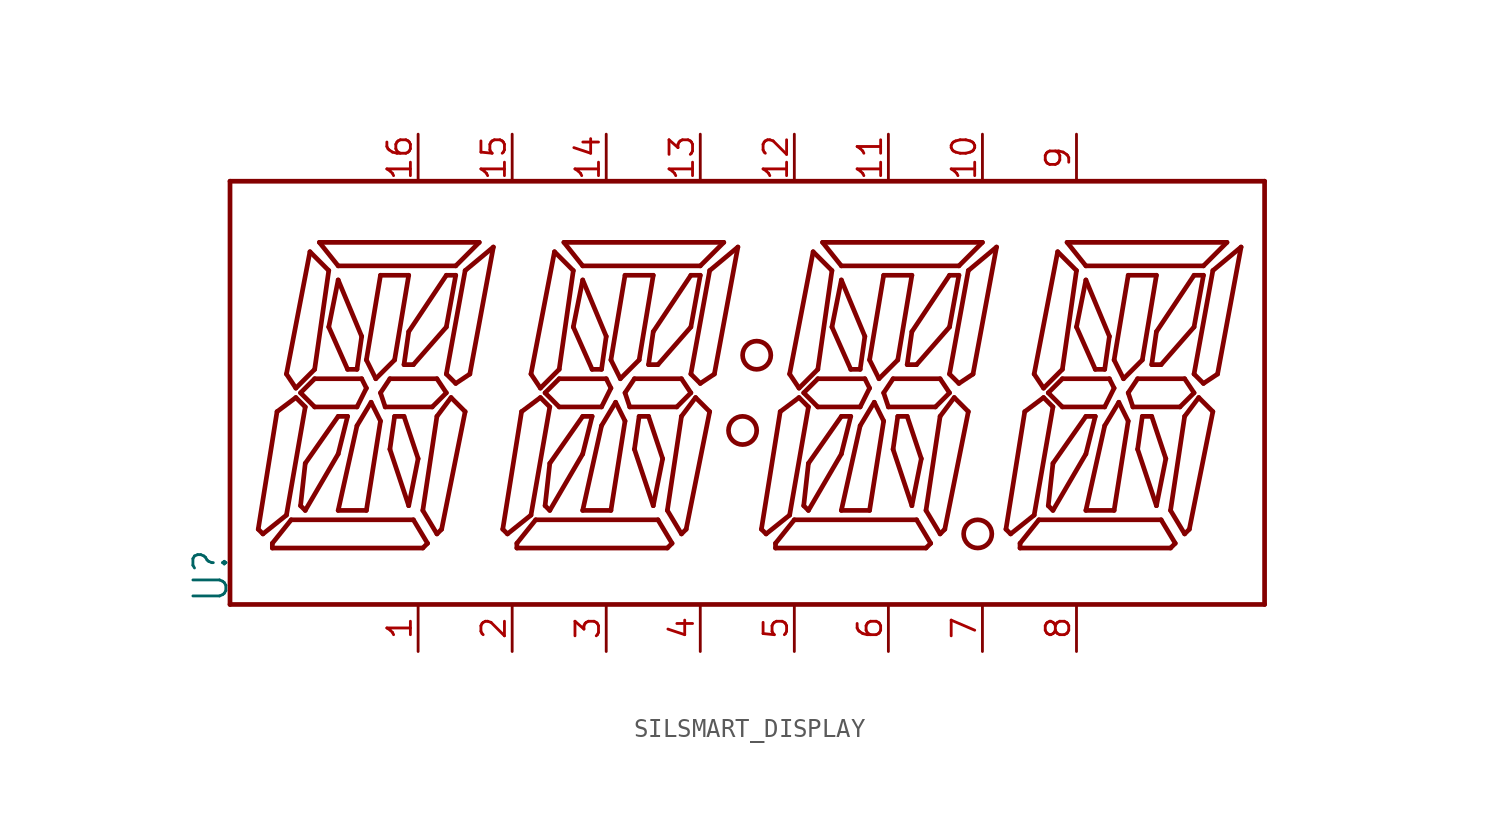
<source format=kicad_sym>
(kicad_symbol_lib
  (version 20220914)
  (generator kicad_symbol_editor)
  (symbol "SILSMART_DISPLAY"
    (property "Reference" "U"
      (at -27.94 -12.7 90)
      (effects (font (size 1.778 1.511)) (justify left bottom)))
    (property "Value" ""
      (at 30.48 -12.7 90)
      (effects (font (size 1.778 1.511)) (justify left bottom)))
    (symbol "SILSMART_DISPLAY_1_0"
      (circle (center -0.254 -3.302) (radius 0.762) (stroke (width 0.254) (type solid)) (fill (type none)))
      (polyline (pts (xy -27.94 -12.7) (xy -27.94 10.16)) (stroke (width 0.254) (type solid)) (fill (type none)))
      (polyline (pts (xy -27.94 10.16) (xy 27.94 10.16)) (stroke (width 0.254) (type solid)) (fill (type none)))
      (polyline (pts (xy -26.416 -8.636) (xy -26.162 -8.89)) (stroke (width 0.254) (type solid)) (fill (type none)))
      (polyline (pts (xy -26.162 -8.89) (xy -24.892 -7.874)) (stroke (width 0.254) (type solid)) (fill (type none)))
      (polyline (pts (xy -25.654 -9.652) (xy -25.654 -9.398)) (stroke (width 0.254) (type solid)) (fill (type none)))
      (polyline (pts (xy -25.654 -9.398) (xy -24.638 -8.128)) (stroke (width 0.254) (type solid)) (fill (type none)))
      (polyline (pts (xy -25.4 -2.286) (xy -26.416 -8.636)) (stroke (width 0.254) (type solid)) (fill (type none)))
      (polyline (pts (xy -24.892 -7.874) (xy -23.876 -2.032)) (stroke (width 0.254) (type solid)) (fill (type none)))
      (polyline (pts (xy -24.892 -0.254) (xy -23.622 6.35)) (stroke (width 0.254) (type solid)) (fill (type none)))
      (polyline (pts (xy -24.638 -8.128) (xy -18.034 -8.128)) (stroke (width 0.254) (type solid)) (fill (type none)))
      (polyline (pts (xy -24.384 -1.524) (xy -25.4 -2.286)) (stroke (width 0.254) (type solid)) (fill (type none)))
      (polyline (pts (xy -24.384 -1.016) (xy -24.892 -0.254)) (stroke (width 0.254) (type solid)) (fill (type none)))
      (polyline (pts (xy -24.13 -7.366) (xy -23.876 -7.62)) (stroke (width 0.254) (type solid)) (fill (type none)))
      (polyline (pts (xy -24.13 -1.27) (xy -23.368 -0.508)) (stroke (width 0.254) (type solid)) (fill (type none)))
      (polyline (pts (xy -23.876 -7.62) (xy -22.098 -4.572)) (stroke (width 0.254) (type solid)) (fill (type none)))
      (polyline (pts (xy -23.876 -5.08) (xy -24.13 -7.366)) (stroke (width 0.254) (type solid)) (fill (type none)))
      (polyline (pts (xy -23.876 -2.032) (xy -24.384 -1.524)) (stroke (width 0.254) (type solid)) (fill (type none)))
      (polyline (pts (xy -23.622 6.35) (xy -22.606 5.334)) (stroke (width 0.254) (type solid)) (fill (type none)))
      (polyline (pts (xy -23.368 -2.032) (xy -24.13 -1.27)) (stroke (width 0.254) (type solid)) (fill (type none)))
      (polyline (pts (xy -23.368 -0.508) (xy -20.828 -0.508)) (stroke (width 0.254) (type solid)) (fill (type none)))
      (polyline (pts (xy -23.368 0) (xy -24.384 -1.016)) (stroke (width 0.254) (type solid)) (fill (type none)))
      (polyline (pts (xy -23.114 6.858) (xy -14.478 6.858)) (stroke (width 0.254) (type solid)) (fill (type none)))
      (polyline (pts (xy -22.606 2.286) (xy -22.098 4.826)) (stroke (width 0.254) (type solid)) (fill (type none)))
      (polyline (pts (xy -22.606 5.334) (xy -23.368 0)) (stroke (width 0.254) (type solid)) (fill (type none)))
      (polyline (pts (xy -22.098 -7.62) (xy -20.574 -7.62)) (stroke (width 0.254) (type solid)) (fill (type none)))
      (polyline (pts (xy -22.098 -4.572) (xy -21.59 -2.54)) (stroke (width 0.254) (type solid)) (fill (type none)))
      (polyline (pts (xy -22.098 -2.54) (xy -23.876 -5.08)) (stroke (width 0.254) (type solid)) (fill (type none)))
      (polyline (pts (xy -22.098 4.826) (xy -20.828 1.778)) (stroke (width 0.254) (type solid)) (fill (type none)))
      (polyline (pts (xy -22.098 5.588) (xy -23.114 6.858)) (stroke (width 0.254) (type solid)) (fill (type none)))
      (polyline (pts (xy -21.59 -2.54) (xy -22.098 -2.54)) (stroke (width 0.254) (type solid)) (fill (type none)))
      (polyline (pts (xy -21.59 0) (xy -22.606 2.286)) (stroke (width 0.254) (type solid)) (fill (type none)))
      (polyline (pts (xy -21.082 -3.048) (xy -22.098 -7.62)) (stroke (width 0.254) (type solid)) (fill (type none)))
      (polyline (pts (xy -21.082 -2.032) (xy -23.368 -2.032)) (stroke (width 0.254) (type solid)) (fill (type none)))
      (polyline (pts (xy -21.082 0) (xy -21.59 0)) (stroke (width 0.254) (type solid)) (fill (type none)))
      (polyline (pts (xy -20.828 -0.508) (xy -20.574 -1.016)) (stroke (width 0.254) (type solid)) (fill (type none)))
      (polyline (pts (xy -20.828 1.778) (xy -21.082 0)) (stroke (width 0.254) (type solid)) (fill (type none)))
      (polyline (pts (xy -20.574 -7.62) (xy -19.812 -2.794)) (stroke (width 0.254) (type solid)) (fill (type none)))
      (polyline (pts (xy -20.574 -1.016) (xy -21.082 -2.032)) (stroke (width 0.254) (type solid)) (fill (type none)))
      (polyline (pts (xy -20.574 0.508) (xy -19.812 5.08)) (stroke (width 0.254) (type solid)) (fill (type none)))
      (polyline (pts (xy -20.32 -1.778) (xy -21.082 -3.048)) (stroke (width 0.254) (type solid)) (fill (type none)))
      (polyline (pts (xy -20.066 -0.508) (xy -20.574 0.508)) (stroke (width 0.254) (type solid)) (fill (type none)))
      (polyline (pts (xy -19.812 -2.794) (xy -20.32 -1.778)) (stroke (width 0.254) (type solid)) (fill (type none)))
      (polyline (pts (xy -19.812 -1.27) (xy -19.304 -0.508)) (stroke (width 0.254) (type solid)) (fill (type none)))
      (polyline (pts (xy -19.812 5.08) (xy -18.288 5.08)) (stroke (width 0.254) (type solid)) (fill (type none)))
      (polyline (pts (xy -19.558 -2.032) (xy -19.812 -1.27)) (stroke (width 0.254) (type solid)) (fill (type none)))
      (polyline (pts (xy -19.304 -4.318) (xy -18.288 -7.366)) (stroke (width 0.254) (type solid)) (fill (type none)))
      (polyline (pts (xy -19.304 -0.508) (xy -16.764 -0.508)) (stroke (width 0.254) (type solid)) (fill (type none)))
      (polyline (pts (xy -19.05 -2.54) (xy -19.304 -4.318)) (stroke (width 0.254) (type solid)) (fill (type none)))
      (polyline (pts (xy -19.05 0.508) (xy -20.066 -0.508)) (stroke (width 0.254) (type solid)) (fill (type none)))
      (polyline (pts (xy -18.542 -2.54) (xy -19.05 -2.54)) (stroke (width 0.254) (type solid)) (fill (type none)))
      (polyline (pts (xy -18.542 0.254) (xy -18.034 0.254)) (stroke (width 0.254) (type solid)) (fill (type none)))
      (polyline (pts (xy -18.288 -7.366) (xy -17.78 -4.826)) (stroke (width 0.254) (type solid)) (fill (type none)))
      (polyline (pts (xy -18.288 2.032) (xy -18.542 0.254)) (stroke (width 0.254) (type solid)) (fill (type none)))
      (polyline (pts (xy -18.288 5.08) (xy -19.05 0.508)) (stroke (width 0.254) (type solid)) (fill (type none)))
      (polyline (pts (xy -18.034 -8.128) (xy -17.272 -9.398)) (stroke (width 0.254) (type solid)) (fill (type none)))
      (polyline (pts (xy -18.034 0.254) (xy -16.256 2.286)) (stroke (width 0.254) (type solid)) (fill (type none)))
      (polyline (pts (xy -17.78 -4.826) (xy -18.542 -2.54)) (stroke (width 0.254) (type solid)) (fill (type none)))
      (polyline (pts (xy -17.526 -9.652) (xy -25.654 -9.652)) (stroke (width 0.254) (type solid)) (fill (type none)))
      (polyline (pts (xy -17.526 -7.62) (xy -16.764 -2.54)) (stroke (width 0.254) (type solid)) (fill (type none)))
      (polyline (pts (xy -17.272 -9.398) (xy -17.526 -9.652)) (stroke (width 0.254) (type solid)) (fill (type none)))
      (polyline (pts (xy -17.018 -2.032) (xy -19.558 -2.032)) (stroke (width 0.254) (type solid)) (fill (type none)))
      (polyline (pts (xy -16.764 -8.89) (xy -17.526 -7.62)) (stroke (width 0.254) (type solid)) (fill (type none)))
      (polyline (pts (xy -16.764 -2.54) (xy -16.002 -1.524)) (stroke (width 0.254) (type solid)) (fill (type none)))
      (polyline (pts (xy -16.764 -0.508) (xy -16.256 -1.27)) (stroke (width 0.254) (type solid)) (fill (type none)))
      (polyline (pts (xy -16.51 -8.636) (xy -16.764 -8.89)) (stroke (width 0.254) (type solid)) (fill (type none)))
      (polyline (pts (xy -16.256 -1.27) (xy -17.018 -2.032)) (stroke (width 0.254) (type solid)) (fill (type none)))
      (polyline (pts (xy -16.256 -0.254) (xy -15.24 5.334)) (stroke (width 0.254) (type solid)) (fill (type none)))
      (polyline (pts (xy -16.256 2.286) (xy -15.748 5.08)) (stroke (width 0.254) (type solid)) (fill (type none)))
      (polyline (pts (xy -16.256 5.08) (xy -18.288 2.032)) (stroke (width 0.254) (type solid)) (fill (type none)))
      (polyline (pts (xy -16.002 -1.524) (xy -15.24 -2.286)) (stroke (width 0.254) (type solid)) (fill (type none)))
      (polyline (pts (xy -15.748 -0.762) (xy -16.256 -0.254)) (stroke (width 0.254) (type solid)) (fill (type none)))
      (polyline (pts (xy -15.748 5.08) (xy -16.256 5.08)) (stroke (width 0.254) (type solid)) (fill (type none)))
      (polyline (pts (xy -15.748 5.588) (xy -22.098 5.588)) (stroke (width 0.254) (type solid)) (fill (type none)))
      (polyline (pts (xy -15.24 -2.286) (xy -16.51 -8.636)) (stroke (width 0.254) (type solid)) (fill (type none)))
      (polyline (pts (xy -15.24 5.334) (xy -13.716 6.604)) (stroke (width 0.254) (type solid)) (fill (type none)))
      (polyline (pts (xy -14.986 -0.254) (xy -15.748 -0.762)) (stroke (width 0.254) (type solid)) (fill (type none)))
      (polyline (pts (xy -14.478 6.858) (xy -15.748 5.588)) (stroke (width 0.254) (type solid)) (fill (type none)))
      (polyline (pts (xy -13.716 6.604) (xy -14.986 -0.254)) (stroke (width 0.254) (type solid)) (fill (type none)))
      (polyline (pts (xy -13.208 -8.636) (xy -12.954 -8.89)) (stroke (width 0.254) (type solid)) (fill (type none)))
      (polyline (pts (xy -12.954 -8.89) (xy -11.684 -7.874)) (stroke (width 0.254) (type solid)) (fill (type none)))
      (polyline (pts (xy -12.446 -9.652) (xy -12.446 -9.398)) (stroke (width 0.254) (type solid)) (fill (type none)))
      (polyline (pts (xy -12.446 -9.398) (xy -11.43 -8.128)) (stroke (width 0.254) (type solid)) (fill (type none)))
      (polyline (pts (xy -12.192 -2.286) (xy -13.208 -8.636)) (stroke (width 0.254) (type solid)) (fill (type none)))
      (polyline (pts (xy -11.684 -7.874) (xy -10.668 -2.032)) (stroke (width 0.254) (type solid)) (fill (type none)))
      (polyline (pts (xy -11.684 -0.254) (xy -10.414 6.35)) (stroke (width 0.254) (type solid)) (fill (type none)))
      (polyline (pts (xy -11.43 -8.128) (xy -4.826 -8.128)) (stroke (width 0.254) (type solid)) (fill (type none)))
      (polyline (pts (xy -11.176 -1.524) (xy -12.192 -2.286)) (stroke (width 0.254) (type solid)) (fill (type none)))
      (polyline (pts (xy -11.176 -1.016) (xy -11.684 -0.254)) (stroke (width 0.254) (type solid)) (fill (type none)))
      (polyline (pts (xy -10.922 -7.366) (xy -10.668 -7.62)) (stroke (width 0.254) (type solid)) (fill (type none)))
      (polyline (pts (xy -10.922 -1.27) (xy -10.16 -0.508)) (stroke (width 0.254) (type solid)) (fill (type none)))
      (polyline (pts (xy -10.668 -7.62) (xy -8.89 -4.572)) (stroke (width 0.254) (type solid)) (fill (type none)))
      (polyline (pts (xy -10.668 -5.08) (xy -10.922 -7.366)) (stroke (width 0.254) (type solid)) (fill (type none)))
      (polyline (pts (xy -10.668 -2.032) (xy -11.176 -1.524)) (stroke (width 0.254) (type solid)) (fill (type none)))
      (polyline (pts (xy -10.414 6.35) (xy -9.398 5.334)) (stroke (width 0.254) (type solid)) (fill (type none)))
      (polyline (pts (xy -10.16 -2.032) (xy -10.922 -1.27)) (stroke (width 0.254) (type solid)) (fill (type none)))
      (polyline (pts (xy -10.16 -0.508) (xy -7.62 -0.508)) (stroke (width 0.254) (type solid)) (fill (type none)))
      (polyline (pts (xy -10.16 0) (xy -11.176 -1.016)) (stroke (width 0.254) (type solid)) (fill (type none)))
      (polyline (pts (xy -9.906 6.858) (xy -1.27 6.858)) (stroke (width 0.254) (type solid)) (fill (type none)))
      (polyline (pts (xy -9.398 2.286) (xy -8.89 4.826)) (stroke (width 0.254) (type solid)) (fill (type none)))
      (polyline (pts (xy -9.398 5.334) (xy -10.16 0)) (stroke (width 0.254) (type solid)) (fill (type none)))
      (polyline (pts (xy -8.89 -7.62) (xy -7.366 -7.62)) (stroke (width 0.254) (type solid)) (fill (type none)))
      (polyline (pts (xy -8.89 -4.572) (xy -8.382 -2.54)) (stroke (width 0.254) (type solid)) (fill (type none)))
      (polyline (pts (xy -8.89 -2.54) (xy -10.668 -5.08)) (stroke (width 0.254) (type solid)) (fill (type none)))
      (polyline (pts (xy -8.89 4.826) (xy -7.62 1.778)) (stroke (width 0.254) (type solid)) (fill (type none)))
      (polyline (pts (xy -8.89 5.588) (xy -9.906 6.858)) (stroke (width 0.254) (type solid)) (fill (type none)))
      (polyline (pts (xy -8.382 -2.54) (xy -8.89 -2.54)) (stroke (width 0.254) (type solid)) (fill (type none)))
      (polyline (pts (xy -8.382 0) (xy -9.398 2.286)) (stroke (width 0.254) (type solid)) (fill (type none)))
      (polyline (pts (xy -7.874 -3.048) (xy -8.89 -7.62)) (stroke (width 0.254) (type solid)) (fill (type none)))
      (polyline (pts (xy -7.874 -2.032) (xy -10.16 -2.032)) (stroke (width 0.254) (type solid)) (fill (type none)))
      (polyline (pts (xy -7.874 0) (xy -8.382 0)) (stroke (width 0.254) (type solid)) (fill (type none)))
      (polyline (pts (xy -7.62 -0.508) (xy -7.366 -1.016)) (stroke (width 0.254) (type solid)) (fill (type none)))
      (polyline (pts (xy -7.62 1.778) (xy -7.874 0)) (stroke (width 0.254) (type solid)) (fill (type none)))
      (polyline (pts (xy -7.366 -7.62) (xy -6.604 -2.794)) (stroke (width 0.254) (type solid)) (fill (type none)))
      (polyline (pts (xy -7.366 -1.016) (xy -7.874 -2.032)) (stroke (width 0.254) (type solid)) (fill (type none)))
      (polyline (pts (xy -7.366 0.508) (xy -6.604 5.08)) (stroke (width 0.254) (type solid)) (fill (type none)))
      (polyline (pts (xy -7.112 -1.778) (xy -7.874 -3.048)) (stroke (width 0.254) (type solid)) (fill (type none)))
      (polyline (pts (xy -6.858 -0.508) (xy -7.366 0.508)) (stroke (width 0.254) (type solid)) (fill (type none)))
      (polyline (pts (xy -6.604 -2.794) (xy -7.112 -1.778)) (stroke (width 0.254) (type solid)) (fill (type none)))
      (polyline (pts (xy -6.604 -1.27) (xy -6.096 -0.508)) (stroke (width 0.254) (type solid)) (fill (type none)))
      (polyline (pts (xy -6.604 5.08) (xy -5.08 5.08)) (stroke (width 0.254) (type solid)) (fill (type none)))
      (polyline (pts (xy -6.35 -2.032) (xy -6.604 -1.27)) (stroke (width 0.254) (type solid)) (fill (type none)))
      (polyline (pts (xy -6.096 -4.318) (xy -5.08 -7.366)) (stroke (width 0.254) (type solid)) (fill (type none)))
      (polyline (pts (xy -6.096 -0.508) (xy -3.556 -0.508)) (stroke (width 0.254) (type solid)) (fill (type none)))
      (polyline (pts (xy -5.842 -2.54) (xy -6.096 -4.318)) (stroke (width 0.254) (type solid)) (fill (type none)))
      (polyline (pts (xy -5.842 0.508) (xy -6.858 -0.508)) (stroke (width 0.254) (type solid)) (fill (type none)))
      (polyline (pts (xy -5.334 -2.54) (xy -5.842 -2.54)) (stroke (width 0.254) (type solid)) (fill (type none)))
      (polyline (pts (xy -5.334 0.254) (xy -4.826 0.254)) (stroke (width 0.254) (type solid)) (fill (type none)))
      (polyline (pts (xy -5.08 -7.366) (xy -4.572 -4.826)) (stroke (width 0.254) (type solid)) (fill (type none)))
      (polyline (pts (xy -5.08 2.032) (xy -5.334 0.254)) (stroke (width 0.254) (type solid)) (fill (type none)))
      (polyline (pts (xy -5.08 5.08) (xy -5.842 0.508)) (stroke (width 0.254) (type solid)) (fill (type none)))
      (polyline (pts (xy -4.826 -8.128) (xy -4.064 -9.398)) (stroke (width 0.254) (type solid)) (fill (type none)))
      (polyline (pts (xy -4.826 0.254) (xy -3.048 2.286)) (stroke (width 0.254) (type solid)) (fill (type none)))
      (polyline (pts (xy -4.572 -4.826) (xy -5.334 -2.54)) (stroke (width 0.254) (type solid)) (fill (type none)))
      (polyline (pts (xy -4.318 -9.652) (xy -12.446 -9.652)) (stroke (width 0.254) (type solid)) (fill (type none)))
      (polyline (pts (xy -4.318 -7.62) (xy -3.556 -2.54)) (stroke (width 0.254) (type solid)) (fill (type none)))
      (polyline (pts (xy -4.064 -9.398) (xy -4.318 -9.652)) (stroke (width 0.254) (type solid)) (fill (type none)))
      (polyline (pts (xy -3.81 -2.032) (xy -6.35 -2.032)) (stroke (width 0.254) (type solid)) (fill (type none)))
      (polyline (pts (xy -3.556 -8.89) (xy -4.318 -7.62)) (stroke (width 0.254) (type solid)) (fill (type none)))
      (polyline (pts (xy -3.556 -2.54) (xy -2.794 -1.524)) (stroke (width 0.254) (type solid)) (fill (type none)))
      (polyline (pts (xy -3.556 -0.508) (xy -3.048 -1.27)) (stroke (width 0.254) (type solid)) (fill (type none)))
      (polyline (pts (xy -3.302 -8.636) (xy -3.556 -8.89)) (stroke (width 0.254) (type solid)) (fill (type none)))
      (polyline (pts (xy -3.048 -1.27) (xy -3.81 -2.032)) (stroke (width 0.254) (type solid)) (fill (type none)))
      (polyline (pts (xy -3.048 -0.254) (xy -2.032 5.334)) (stroke (width 0.254) (type solid)) (fill (type none)))
      (polyline (pts (xy -3.048 2.286) (xy -2.54 5.08)) (stroke (width 0.254) (type solid)) (fill (type none)))
      (polyline (pts (xy -3.048 5.08) (xy -5.08 2.032)) (stroke (width 0.254) (type solid)) (fill (type none)))
      (polyline (pts (xy -2.794 -1.524) (xy -2.032 -2.286)) (stroke (width 0.254) (type solid)) (fill (type none)))
      (polyline (pts (xy -2.54 -0.762) (xy -3.048 -0.254)) (stroke (width 0.254) (type solid)) (fill (type none)))
      (polyline (pts (xy -2.54 5.08) (xy -3.048 5.08)) (stroke (width 0.254) (type solid)) (fill (type none)))
      (polyline (pts (xy -2.54 5.588) (xy -8.89 5.588)) (stroke (width 0.254) (type solid)) (fill (type none)))
      (polyline (pts (xy -2.032 -2.286) (xy -3.302 -8.636)) (stroke (width 0.254) (type solid)) (fill (type none)))
      (polyline (pts (xy -2.032 5.334) (xy -0.508 6.604)) (stroke (width 0.254) (type solid)) (fill (type none)))
      (polyline (pts (xy -1.778 -0.254) (xy -2.54 -0.762)) (stroke (width 0.254) (type solid)) (fill (type none)))
      (polyline (pts (xy -1.27 6.858) (xy -2.54 5.588)) (stroke (width 0.254) (type solid)) (fill (type none)))
      (polyline (pts (xy -0.508 6.604) (xy -1.778 -0.254)) (stroke (width 0.254) (type solid)) (fill (type none)))
      (polyline (pts (xy 0.762 -8.636) (xy 1.016 -8.89)) (stroke (width 0.254) (type solid)) (fill (type none)))
      (polyline (pts (xy 1.016 -8.89) (xy 2.286 -7.874)) (stroke (width 0.254) (type solid)) (fill (type none)))
      (polyline (pts (xy 1.524 -9.652) (xy 1.524 -9.398)) (stroke (width 0.254) (type solid)) (fill (type none)))
      (polyline (pts (xy 1.524 -9.398) (xy 2.54 -8.128)) (stroke (width 0.254) (type solid)) (fill (type none)))
      (polyline (pts (xy 1.778 -2.286) (xy 0.762 -8.636)) (stroke (width 0.254) (type solid)) (fill (type none)))
      (polyline (pts (xy 2.286 -7.874) (xy 3.302 -2.032)) (stroke (width 0.254) (type solid)) (fill (type none)))
      (polyline (pts (xy 2.286 -0.254) (xy 3.556 6.35)) (stroke (width 0.254) (type solid)) (fill (type none)))
      (polyline (pts (xy 2.54 -8.128) (xy 9.144 -8.128)) (stroke (width 0.254) (type solid)) (fill (type none)))
      (polyline (pts (xy 2.794 -1.524) (xy 1.778 -2.286)) (stroke (width 0.254) (type solid)) (fill (type none)))
      (polyline (pts (xy 2.794 -1.016) (xy 2.286 -0.254)) (stroke (width 0.254) (type solid)) (fill (type none)))
      (polyline (pts (xy 3.048 -7.366) (xy 3.302 -7.62)) (stroke (width 0.254) (type solid)) (fill (type none)))
      (polyline (pts (xy 3.048 -1.27) (xy 3.81 -0.508)) (stroke (width 0.254) (type solid)) (fill (type none)))
      (polyline (pts (xy 3.302 -7.62) (xy 5.08 -4.572)) (stroke (width 0.254) (type solid)) (fill (type none)))
      (polyline (pts (xy 3.302 -5.08) (xy 3.048 -7.366)) (stroke (width 0.254) (type solid)) (fill (type none)))
      (polyline (pts (xy 3.302 -2.032) (xy 2.794 -1.524)) (stroke (width 0.254) (type solid)) (fill (type none)))
      (polyline (pts (xy 3.556 6.35) (xy 4.572 5.334)) (stroke (width 0.254) (type solid)) (fill (type none)))
      (polyline (pts (xy 3.81 -2.032) (xy 3.048 -1.27)) (stroke (width 0.254) (type solid)) (fill (type none)))
      (polyline (pts (xy 3.81 -0.508) (xy 6.35 -0.508)) (stroke (width 0.254) (type solid)) (fill (type none)))
      (polyline (pts (xy 3.81 0) (xy 2.794 -1.016)) (stroke (width 0.254) (type solid)) (fill (type none)))
      (polyline (pts (xy 4.064 6.858) (xy 12.7 6.858)) (stroke (width 0.254) (type solid)) (fill (type none)))
      (polyline (pts (xy 4.572 2.286) (xy 5.08 4.826)) (stroke (width 0.254) (type solid)) (fill (type none)))
      (polyline (pts (xy 4.572 5.334) (xy 3.81 0)) (stroke (width 0.254) (type solid)) (fill (type none)))
      (polyline (pts (xy 5.08 -7.62) (xy 6.604 -7.62)) (stroke (width 0.254) (type solid)) (fill (type none)))
      (polyline (pts (xy 5.08 -4.572) (xy 5.588 -2.54)) (stroke (width 0.254) (type solid)) (fill (type none)))
      (polyline (pts (xy 5.08 -2.54) (xy 3.302 -5.08)) (stroke (width 0.254) (type solid)) (fill (type none)))
      (polyline (pts (xy 5.08 4.826) (xy 6.35 1.778)) (stroke (width 0.254) (type solid)) (fill (type none)))
      (polyline (pts (xy 5.08 5.588) (xy 4.064 6.858)) (stroke (width 0.254) (type solid)) (fill (type none)))
      (polyline (pts (xy 5.588 -2.54) (xy 5.08 -2.54)) (stroke (width 0.254) (type solid)) (fill (type none)))
      (polyline (pts (xy 5.588 0) (xy 4.572 2.286)) (stroke (width 0.254) (type solid)) (fill (type none)))
      (polyline (pts (xy 6.096 -3.048) (xy 5.08 -7.62)) (stroke (width 0.254) (type solid)) (fill (type none)))
      (polyline (pts (xy 6.096 -2.032) (xy 3.81 -2.032)) (stroke (width 0.254) (type solid)) (fill (type none)))
      (polyline (pts (xy 6.096 0) (xy 5.588 0)) (stroke (width 0.254) (type solid)) (fill (type none)))
      (polyline (pts (xy 6.35 -0.508) (xy 6.604 -1.016)) (stroke (width 0.254) (type solid)) (fill (type none)))
      (polyline (pts (xy 6.35 1.778) (xy 6.096 0)) (stroke (width 0.254) (type solid)) (fill (type none)))
      (polyline (pts (xy 6.604 -7.62) (xy 7.366 -2.794)) (stroke (width 0.254) (type solid)) (fill (type none)))
      (polyline (pts (xy 6.604 -1.016) (xy 6.096 -2.032)) (stroke (width 0.254) (type solid)) (fill (type none)))
      (polyline (pts (xy 6.604 0.508) (xy 7.366 5.08)) (stroke (width 0.254) (type solid)) (fill (type none)))
      (polyline (pts (xy 6.858 -1.778) (xy 6.096 -3.048)) (stroke (width 0.254) (type solid)) (fill (type none)))
      (polyline (pts (xy 7.112 -0.508) (xy 6.604 0.508)) (stroke (width 0.254) (type solid)) (fill (type none)))
      (polyline (pts (xy 7.366 -2.794) (xy 6.858 -1.778)) (stroke (width 0.254) (type solid)) (fill (type none)))
      (polyline (pts (xy 7.366 -1.27) (xy 7.874 -0.508)) (stroke (width 0.254) (type solid)) (fill (type none)))
      (polyline (pts (xy 7.366 5.08) (xy 8.89 5.08)) (stroke (width 0.254) (type solid)) (fill (type none)))
      (polyline (pts (xy 7.62 -2.032) (xy 7.366 -1.27)) (stroke (width 0.254) (type solid)) (fill (type none)))
      (polyline (pts (xy 7.874 -4.318) (xy 8.89 -7.366)) (stroke (width 0.254) (type solid)) (fill (type none)))
      (polyline (pts (xy 7.874 -0.508) (xy 10.414 -0.508)) (stroke (width 0.254) (type solid)) (fill (type none)))
      (polyline (pts (xy 8.128 -2.54) (xy 7.874 -4.318)) (stroke (width 0.254) (type solid)) (fill (type none)))
      (polyline (pts (xy 8.128 0.508) (xy 7.112 -0.508)) (stroke (width 0.254) (type solid)) (fill (type none)))
      (polyline (pts (xy 8.636 -2.54) (xy 8.128 -2.54)) (stroke (width 0.254) (type solid)) (fill (type none)))
      (polyline (pts (xy 8.636 0.254) (xy 9.144 0.254)) (stroke (width 0.254) (type solid)) (fill (type none)))
      (polyline (pts (xy 8.89 -7.366) (xy 9.398 -4.826)) (stroke (width 0.254) (type solid)) (fill (type none)))
      (polyline (pts (xy 8.89 2.032) (xy 8.636 0.254)) (stroke (width 0.254) (type solid)) (fill (type none)))
      (polyline (pts (xy 8.89 5.08) (xy 8.128 0.508)) (stroke (width 0.254) (type solid)) (fill (type none)))
      (polyline (pts (xy 9.144 -8.128) (xy 9.906 -9.398)) (stroke (width 0.254) (type solid)) (fill (type none)))
      (polyline (pts (xy 9.144 0.254) (xy 10.922 2.286)) (stroke (width 0.254) (type solid)) (fill (type none)))
      (polyline (pts (xy 9.398 -4.826) (xy 8.636 -2.54)) (stroke (width 0.254) (type solid)) (fill (type none)))
      (polyline (pts (xy 9.652 -9.652) (xy 1.524 -9.652)) (stroke (width 0.254) (type solid)) (fill (type none)))
      (polyline (pts (xy 9.652 -7.62) (xy 10.414 -2.54)) (stroke (width 0.254) (type solid)) (fill (type none)))
      (polyline (pts (xy 9.906 -9.398) (xy 9.652 -9.652)) (stroke (width 0.254) (type solid)) (fill (type none)))
      (polyline (pts (xy 10.16 -2.032) (xy 7.62 -2.032)) (stroke (width 0.254) (type solid)) (fill (type none)))
      (polyline (pts (xy 10.414 -8.89) (xy 9.652 -7.62)) (stroke (width 0.254) (type solid)) (fill (type none)))
      (polyline (pts (xy 10.414 -2.54) (xy 11.176 -1.524)) (stroke (width 0.254) (type solid)) (fill (type none)))
      (polyline (pts (xy 10.414 -0.508) (xy 10.922 -1.27)) (stroke (width 0.254) (type solid)) (fill (type none)))
      (polyline (pts (xy 10.668 -8.636) (xy 10.414 -8.89)) (stroke (width 0.254) (type solid)) (fill (type none)))
      (polyline (pts (xy 10.922 -1.27) (xy 10.16 -2.032)) (stroke (width 0.254) (type solid)) (fill (type none)))
      (polyline (pts (xy 10.922 -0.254) (xy 11.938 5.334)) (stroke (width 0.254) (type solid)) (fill (type none)))
      (polyline (pts (xy 10.922 2.286) (xy 11.43 5.08)) (stroke (width 0.254) (type solid)) (fill (type none)))
      (polyline (pts (xy 10.922 5.08) (xy 8.89 2.032)) (stroke (width 0.254) (type solid)) (fill (type none)))
      (polyline (pts (xy 11.176 -1.524) (xy 11.938 -2.286)) (stroke (width 0.254) (type solid)) (fill (type none)))
      (polyline (pts (xy 11.43 -0.762) (xy 10.922 -0.254)) (stroke (width 0.254) (type solid)) (fill (type none)))
      (polyline (pts (xy 11.43 5.08) (xy 10.922 5.08)) (stroke (width 0.254) (type solid)) (fill (type none)))
      (polyline (pts (xy 11.43 5.588) (xy 5.08 5.588)) (stroke (width 0.254) (type solid)) (fill (type none)))
      (polyline (pts (xy 11.938 -2.286) (xy 10.668 -8.636)) (stroke (width 0.254) (type solid)) (fill (type none)))
      (polyline (pts (xy 11.938 5.334) (xy 13.462 6.604)) (stroke (width 0.254) (type solid)) (fill (type none)))
      (polyline (pts (xy 12.192 -0.254) (xy 11.43 -0.762)) (stroke (width 0.254) (type solid)) (fill (type none)))
      (polyline (pts (xy 12.7 6.858) (xy 11.43 5.588)) (stroke (width 0.254) (type solid)) (fill (type none)))
      (polyline (pts (xy 13.462 6.604) (xy 12.192 -0.254)) (stroke (width 0.254) (type solid)) (fill (type none)))
      (polyline (pts (xy 13.97 -8.636) (xy 14.224 -8.89)) (stroke (width 0.254) (type solid)) (fill (type none)))
      (polyline (pts (xy 14.224 -8.89) (xy 15.494 -7.874)) (stroke (width 0.254) (type solid)) (fill (type none)))
      (polyline (pts (xy 14.732 -9.652) (xy 14.732 -9.398)) (stroke (width 0.254) (type solid)) (fill (type none)))
      (polyline (pts (xy 14.732 -9.398) (xy 15.748 -8.128)) (stroke (width 0.254) (type solid)) (fill (type none)))
      (polyline (pts (xy 14.986 -2.286) (xy 13.97 -8.636)) (stroke (width 0.254) (type solid)) (fill (type none)))
      (polyline (pts (xy 15.494 -7.874) (xy 16.51 -2.032)) (stroke (width 0.254) (type solid)) (fill (type none)))
      (polyline (pts (xy 15.494 -0.254) (xy 16.764 6.35)) (stroke (width 0.254) (type solid)) (fill (type none)))
      (polyline (pts (xy 15.748 -8.128) (xy 22.352 -8.128)) (stroke (width 0.254) (type solid)) (fill (type none)))
      (polyline (pts (xy 16.002 -1.524) (xy 14.986 -2.286)) (stroke (width 0.254) (type solid)) (fill (type none)))
      (polyline (pts (xy 16.002 -1.016) (xy 15.494 -0.254)) (stroke (width 0.254) (type solid)) (fill (type none)))
      (polyline (pts (xy 16.256 -7.366) (xy 16.51 -7.62)) (stroke (width 0.254) (type solid)) (fill (type none)))
      (polyline (pts (xy 16.256 -1.27) (xy 17.018 -0.508)) (stroke (width 0.254) (type solid)) (fill (type none)))
      (polyline (pts (xy 16.51 -7.62) (xy 18.288 -4.572)) (stroke (width 0.254) (type solid)) (fill (type none)))
      (polyline (pts (xy 16.51 -5.08) (xy 16.256 -7.366)) (stroke (width 0.254) (type solid)) (fill (type none)))
      (polyline (pts (xy 16.51 -2.032) (xy 16.002 -1.524)) (stroke (width 0.254) (type solid)) (fill (type none)))
      (polyline (pts (xy 16.764 6.35) (xy 17.78 5.334)) (stroke (width 0.254) (type solid)) (fill (type none)))
      (polyline (pts (xy 17.018 -2.032) (xy 16.256 -1.27)) (stroke (width 0.254) (type solid)) (fill (type none)))
      (polyline (pts (xy 17.018 -0.508) (xy 19.558 -0.508)) (stroke (width 0.254) (type solid)) (fill (type none)))
      (polyline (pts (xy 17.018 0) (xy 16.002 -1.016)) (stroke (width 0.254) (type solid)) (fill (type none)))
      (polyline (pts (xy 17.272 6.858) (xy 25.908 6.858)) (stroke (width 0.254) (type solid)) (fill (type none)))
      (polyline (pts (xy 17.78 2.286) (xy 18.288 4.826)) (stroke (width 0.254) (type solid)) (fill (type none)))
      (polyline (pts (xy 17.78 5.334) (xy 17.018 0)) (stroke (width 0.254) (type solid)) (fill (type none)))
      (polyline (pts (xy 18.288 -7.62) (xy 19.812 -7.62)) (stroke (width 0.254) (type solid)) (fill (type none)))
      (polyline (pts (xy 18.288 -4.572) (xy 18.796 -2.54)) (stroke (width 0.254) (type solid)) (fill (type none)))
      (polyline (pts (xy 18.288 -2.54) (xy 16.51 -5.08)) (stroke (width 0.254) (type solid)) (fill (type none)))
      (polyline (pts (xy 18.288 4.826) (xy 19.558 1.778)) (stroke (width 0.254) (type solid)) (fill (type none)))
      (polyline (pts (xy 18.288 5.588) (xy 17.272 6.858)) (stroke (width 0.254) (type solid)) (fill (type none)))
      (polyline (pts (xy 18.796 -2.54) (xy 18.288 -2.54)) (stroke (width 0.254) (type solid)) (fill (type none)))
      (polyline (pts (xy 18.796 0) (xy 17.78 2.286)) (stroke (width 0.254) (type solid)) (fill (type none)))
      (polyline (pts (xy 19.304 -3.048) (xy 18.288 -7.62)) (stroke (width 0.254) (type solid)) (fill (type none)))
      (polyline (pts (xy 19.304 -2.032) (xy 17.018 -2.032)) (stroke (width 0.254) (type solid)) (fill (type none)))
      (polyline (pts (xy 19.304 0) (xy 18.796 0)) (stroke (width 0.254) (type solid)) (fill (type none)))
      (polyline (pts (xy 19.558 -0.508) (xy 19.812 -1.016)) (stroke (width 0.254) (type solid)) (fill (type none)))
      (polyline (pts (xy 19.558 1.778) (xy 19.304 0)) (stroke (width 0.254) (type solid)) (fill (type none)))
      (polyline (pts (xy 19.812 -7.62) (xy 20.574 -2.794)) (stroke (width 0.254) (type solid)) (fill (type none)))
      (polyline (pts (xy 19.812 -1.016) (xy 19.304 -2.032)) (stroke (width 0.254) (type solid)) (fill (type none)))
      (polyline (pts (xy 19.812 0.508) (xy 20.574 5.08)) (stroke (width 0.254) (type solid)) (fill (type none)))
      (polyline (pts (xy 20.066 -1.778) (xy 19.304 -3.048)) (stroke (width 0.254) (type solid)) (fill (type none)))
      (polyline (pts (xy 20.32 -0.508) (xy 19.812 0.508)) (stroke (width 0.254) (type solid)) (fill (type none)))
      (polyline (pts (xy 20.574 -2.794) (xy 20.066 -1.778)) (stroke (width 0.254) (type solid)) (fill (type none)))
      (polyline (pts (xy 20.574 -1.27) (xy 21.082 -0.508)) (stroke (width 0.254) (type solid)) (fill (type none)))
      (polyline (pts (xy 20.574 5.08) (xy 22.098 5.08)) (stroke (width 0.254) (type solid)) (fill (type none)))
      (polyline (pts (xy 20.828 -2.032) (xy 20.574 -1.27)) (stroke (width 0.254) (type solid)) (fill (type none)))
      (polyline (pts (xy 21.082 -4.318) (xy 22.098 -7.366)) (stroke (width 0.254) (type solid)) (fill (type none)))
      (polyline (pts (xy 21.082 -0.508) (xy 23.622 -0.508)) (stroke (width 0.254) (type solid)) (fill (type none)))
      (polyline (pts (xy 21.336 -2.54) (xy 21.082 -4.318)) (stroke (width 0.254) (type solid)) (fill (type none)))
      (polyline (pts (xy 21.336 0.508) (xy 20.32 -0.508)) (stroke (width 0.254) (type solid)) (fill (type none)))
      (polyline (pts (xy 21.844 -2.54) (xy 21.336 -2.54)) (stroke (width 0.254) (type solid)) (fill (type none)))
      (polyline (pts (xy 21.844 0.254) (xy 22.352 0.254)) (stroke (width 0.254) (type solid)) (fill (type none)))
      (polyline (pts (xy 22.098 -7.366) (xy 22.606 -4.826)) (stroke (width 0.254) (type solid)) (fill (type none)))
      (polyline (pts (xy 22.098 2.032) (xy 21.844 0.254)) (stroke (width 0.254) (type solid)) (fill (type none)))
      (polyline (pts (xy 22.098 5.08) (xy 21.336 0.508)) (stroke (width 0.254) (type solid)) (fill (type none)))
      (polyline (pts (xy 22.352 -8.128) (xy 23.114 -9.398)) (stroke (width 0.254) (type solid)) (fill (type none)))
      (polyline (pts (xy 22.352 0.254) (xy 24.13 2.286)) (stroke (width 0.254) (type solid)) (fill (type none)))
      (polyline (pts (xy 22.606 -4.826) (xy 21.844 -2.54)) (stroke (width 0.254) (type solid)) (fill (type none)))
      (polyline (pts (xy 22.86 -9.652) (xy 14.732 -9.652)) (stroke (width 0.254) (type solid)) (fill (type none)))
      (polyline (pts (xy 22.86 -7.62) (xy 23.622 -2.54)) (stroke (width 0.254) (type solid)) (fill (type none)))
      (polyline (pts (xy 23.114 -9.398) (xy 22.86 -9.652)) (stroke (width 0.254) (type solid)) (fill (type none)))
      (polyline (pts (xy 23.368 -2.032) (xy 20.828 -2.032)) (stroke (width 0.254) (type solid)) (fill (type none)))
      (polyline (pts (xy 23.622 -8.89) (xy 22.86 -7.62)) (stroke (width 0.254) (type solid)) (fill (type none)))
      (polyline (pts (xy 23.622 -2.54) (xy 24.384 -1.524)) (stroke (width 0.254) (type solid)) (fill (type none)))
      (polyline (pts (xy 23.622 -0.508) (xy 24.13 -1.27)) (stroke (width 0.254) (type solid)) (fill (type none)))
      (polyline (pts (xy 23.876 -8.636) (xy 23.622 -8.89)) (stroke (width 0.254) (type solid)) (fill (type none)))
      (polyline (pts (xy 24.13 -1.27) (xy 23.368 -2.032)) (stroke (width 0.254) (type solid)) (fill (type none)))
      (polyline (pts (xy 24.13 -0.254) (xy 25.146 5.334)) (stroke (width 0.254) (type solid)) (fill (type none)))
      (polyline (pts (xy 24.13 2.286) (xy 24.638 5.08)) (stroke (width 0.254) (type solid)) (fill (type none)))
      (polyline (pts (xy 24.13 5.08) (xy 22.098 2.032)) (stroke (width 0.254) (type solid)) (fill (type none)))
      (polyline (pts (xy 24.384 -1.524) (xy 25.146 -2.286)) (stroke (width 0.254) (type solid)) (fill (type none)))
      (polyline (pts (xy 24.638 -0.762) (xy 24.13 -0.254)) (stroke (width 0.254) (type solid)) (fill (type none)))
      (polyline (pts (xy 24.638 5.08) (xy 24.13 5.08)) (stroke (width 0.254) (type solid)) (fill (type none)))
      (polyline (pts (xy 24.638 5.588) (xy 18.288 5.588)) (stroke (width 0.254) (type solid)) (fill (type none)))
      (polyline (pts (xy 25.146 -2.286) (xy 23.876 -8.636)) (stroke (width 0.254) (type solid)) (fill (type none)))
      (polyline (pts (xy 25.146 5.334) (xy 26.67 6.604)) (stroke (width 0.254) (type solid)) (fill (type none)))
      (polyline (pts (xy 25.4 -0.254) (xy 24.638 -0.762)) (stroke (width 0.254) (type solid)) (fill (type none)))
      (polyline (pts (xy 25.908 6.858) (xy 24.638 5.588)) (stroke (width 0.254) (type solid)) (fill (type none)))
      (polyline (pts (xy 26.67 6.604) (xy 25.4 -0.254)) (stroke (width 0.254) (type solid)) (fill (type none)))
      (polyline (pts (xy 27.94 -12.7) (xy -27.94 -12.7)) (stroke (width 0.254) (type solid)) (fill (type none)))
      (polyline (pts (xy 27.94 10.16) (xy 27.94 -12.7)) (stroke (width 0.254) (type solid)) (fill (type none)))
      (circle (center 0.508 0.762) (radius 0.762) (stroke (width 0.254) (type solid)) (fill (type none)))
      (circle (center 12.446 -8.89) (radius 0.762) (stroke (width 0.254) (type solid)) (fill (type none)))
      (pin bidirectional line (at -17.78 -15.24 90) (length 2.54) (name "DIG_1B" (effects (font (size 0 0)))) (number "1" (effects (font (size 1.27 1.27)))))
      (pin bidirectional line (at 12.7 12.7 270) (length 2.54) (name "DIG_3B" (effects (font (size 0 0)))) (number "10" (effects (font (size 1.27 1.27)))))
      (pin bidirectional line (at 7.62 12.7 270) (length 2.54) (name "DIG_3A" (effects (font (size 0 0)))) (number "11" (effects (font (size 1.27 1.27)))))
      (pin bidirectional line (at 2.54 12.7 270) (length 2.54) (name "COM_F" (effects (font (size 0 0)))) (number "12" (effects (font (size 1.27 1.27)))))
      (pin bidirectional line (at -2.54 12.7 270) (length 2.54) (name "COM_B" (effects (font (size 0 0)))) (number "13" (effects (font (size 1.27 1.27)))))
      (pin bidirectional line (at -7.62 12.7 270) (length 2.54) (name "COM_A" (effects (font (size 0 0)))) (number "14" (effects (font (size 1.27 1.27)))))
      (pin bidirectional line (at -12.7 12.7 270) (length 2.54) (name "DIG_2A" (effects (font (size 0 0)))) (number "15" (effects (font (size 1.27 1.27)))))
      (pin bidirectional line (at -17.78 12.7 270) (length 2.54) (name "DIG_1A" (effects (font (size 0 0)))) (number "16" (effects (font (size 1.27 1.27)))))
      (pin bidirectional line (at -12.7 -15.24 90) (length 2.54) (name "DIG_2B" (effects (font (size 0 0)))) (number "2" (effects (font (size 1.27 1.27)))))
      (pin bidirectional line (at -7.62 -15.24 90) (length 2.54) (name "COM_D" (effects (font (size 0 0)))) (number "3" (effects (font (size 1.27 1.27)))))
      (pin bidirectional line (at -2.54 -15.24 90) (length 2.54) (name "COM_C" (effects (font (size 0 0)))) (number "4" (effects (font (size 1.27 1.27)))))
      (pin bidirectional line (at 2.54 -15.24 90) (length 2.54) (name "COM_G1" (effects (font (size 0 0)))) (number "5" (effects (font (size 1.27 1.27)))))
      (pin bidirectional line (at 7.62 -15.24 90) (length 2.54) (name "COM_E" (effects (font (size 0 0)))) (number "6" (effects (font (size 1.27 1.27)))))
      (pin bidirectional line (at 12.7 -15.24 90) (length 2.54) (name "DIG_DP" (effects (font (size 0 0)))) (number "7" (effects (font (size 1.27 1.27)))))
      (pin bidirectional line (at 17.78 -15.24 90) (length 2.54) (name "DIG_4A" (effects (font (size 0 0)))) (number "8" (effects (font (size 1.27 1.27)))))
      (pin bidirectional line (at 17.78 12.7 270) (length 2.54) (name "DIG_4B" (effects (font (size 0 0)))) (number "9" (effects (font (size 1.27 1.27))))))))
</source>
